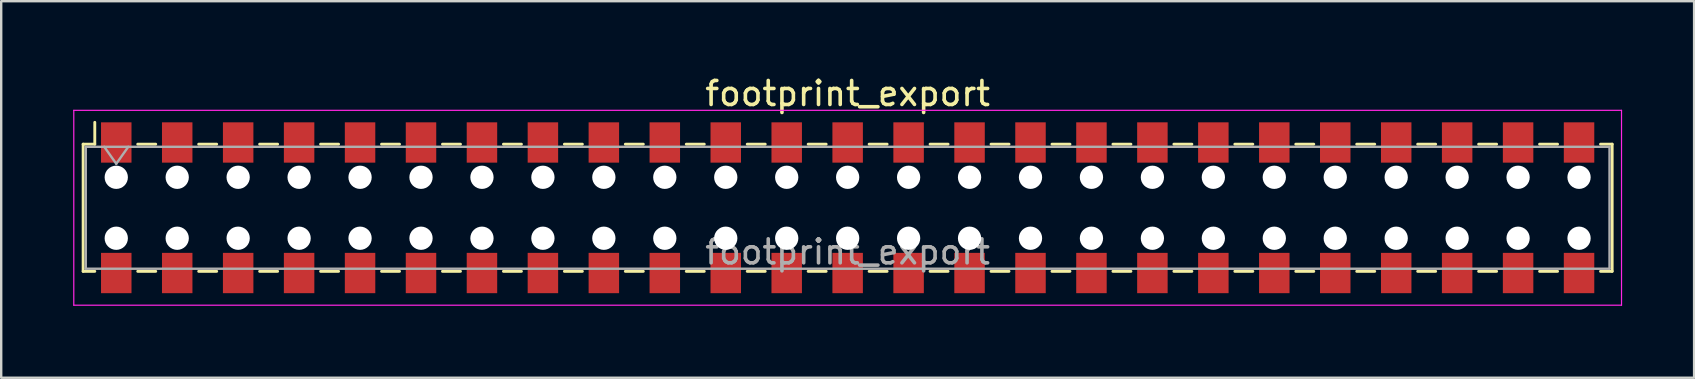
<source format=kicad_pcb>
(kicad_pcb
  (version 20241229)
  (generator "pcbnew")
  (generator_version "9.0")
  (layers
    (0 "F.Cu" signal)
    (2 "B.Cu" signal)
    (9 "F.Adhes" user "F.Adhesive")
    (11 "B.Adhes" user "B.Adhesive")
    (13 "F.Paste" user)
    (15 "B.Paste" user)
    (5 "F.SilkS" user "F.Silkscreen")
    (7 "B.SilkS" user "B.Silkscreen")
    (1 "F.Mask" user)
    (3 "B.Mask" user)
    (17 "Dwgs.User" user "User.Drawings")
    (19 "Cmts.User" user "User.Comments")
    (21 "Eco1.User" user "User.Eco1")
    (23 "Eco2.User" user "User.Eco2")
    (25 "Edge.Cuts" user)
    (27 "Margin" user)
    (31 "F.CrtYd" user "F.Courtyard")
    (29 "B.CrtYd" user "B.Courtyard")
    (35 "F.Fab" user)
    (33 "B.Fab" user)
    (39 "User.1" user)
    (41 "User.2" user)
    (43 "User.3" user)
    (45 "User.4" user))
  (footprint "footprint_export"
    (layer "F.Cu")
    (at 32.275 5.608)
    (property "Reference" "footprint_export" (at 0 -4.76 0) (layer "F.SilkS") (effects (font (size 1 1) (thickness 0.15))))
    (attr smd)
    (fp_line (start -31.86 -2.65) (end -31.86 2.65) (stroke (width 0.12) (type solid)) (layer "F.SilkS"))
    (fp_line (start -31.86 2.65) (end -31.375 2.65) (stroke (width 0.12) (type solid)) (layer "F.SilkS"))
    (fp_line (start -31.375 -3.56) (end -31.375 -2.65) (stroke (width 0.12) (type solid)) (layer "F.SilkS"))
    (fp_line (start -31.375 -2.65) (end -31.86 -2.65) (stroke (width 0.12) (type solid)) (layer "F.SilkS"))
    (fp_line (start -29.585 -2.65) (end -28.835 -2.65) (stroke (width 0.12) (type solid)) (layer "F.SilkS"))
    (fp_line (start -29.585 2.65) (end -28.835 2.65) (stroke (width 0.12) (type solid)) (layer "F.SilkS"))
    (fp_line (start -27.045 -2.65) (end -26.295 -2.65) (stroke (width 0.12) (type solid)) (layer "F.SilkS"))
    (fp_line (start -27.045 2.65) (end -26.295 2.65) (stroke (width 0.12) (type solid)) (layer "F.SilkS"))
    (fp_line (start -24.505 -2.65) (end -23.755 -2.65) (stroke (width 0.12) (type solid)) (layer "F.SilkS"))
    (fp_line (start -24.505 2.65) (end -23.755 2.65) (stroke (width 0.12) (type solid)) (layer "F.SilkS"))
    (fp_line (start -21.965 -2.65) (end -21.215 -2.65) (stroke (width 0.12) (type solid)) (layer "F.SilkS"))
    (fp_line (start -21.965 2.65) (end -21.215 2.65) (stroke (width 0.12) (type solid)) (layer "F.SilkS"))
    (fp_line (start -19.425 -2.65) (end -18.675 -2.65) (stroke (width 0.12) (type solid)) (layer "F.SilkS"))
    (fp_line (start -19.425 2.65) (end -18.675 2.65) (stroke (width 0.12) (type solid)) (layer "F.SilkS"))
    (fp_line (start -16.885 -2.65) (end -16.135 -2.65) (stroke (width 0.12) (type solid)) (layer "F.SilkS"))
    (fp_line (start -16.885 2.65) (end -16.135 2.65) (stroke (width 0.12) (type solid)) (layer "F.SilkS"))
    (fp_line (start -14.345 -2.65) (end -13.595 -2.65) (stroke (width 0.12) (type solid)) (layer "F.SilkS"))
    (fp_line (start -14.345 2.65) (end -13.595 2.65) (stroke (width 0.12) (type solid)) (layer "F.SilkS"))
    (fp_line (start -11.805 -2.65) (end -11.055 -2.65) (stroke (width 0.12) (type solid)) (layer "F.SilkS"))
    (fp_line (start -11.805 2.65) (end -11.055 2.65) (stroke (width 0.12) (type solid)) (layer "F.SilkS"))
    (fp_line (start -9.265 -2.65) (end -8.515 -2.65) (stroke (width 0.12) (type solid)) (layer "F.SilkS"))
    (fp_line (start -9.265 2.65) (end -8.515 2.65) (stroke (width 0.12) (type solid)) (layer "F.SilkS"))
    (fp_line (start -6.725 -2.65) (end -5.975 -2.65) (stroke (width 0.12) (type solid)) (layer "F.SilkS"))
    (fp_line (start -6.725 2.65) (end -5.975 2.65) (stroke (width 0.12) (type solid)) (layer "F.SilkS"))
    (fp_line (start -4.185 -2.65) (end -3.435 -2.65) (stroke (width 0.12) (type solid)) (layer "F.SilkS"))
    (fp_line (start -4.185 2.65) (end -3.435 2.65) (stroke (width 0.12) (type solid)) (layer "F.SilkS"))
    (fp_line (start -1.645 -2.65) (end -0.895 -2.65) (stroke (width 0.12) (type solid)) (layer "F.SilkS"))
    (fp_line (start -1.645 2.65) (end -0.895 2.65) (stroke (width 0.12) (type solid)) (layer "F.SilkS"))
    (fp_line (start 0.895 -2.65) (end 1.645 -2.65) (stroke (width 0.12) (type solid)) (layer "F.SilkS"))
    (fp_line (start 0.895 2.65) (end 1.645 2.65) (stroke (width 0.12) (type solid)) (layer "F.SilkS"))
    (fp_line (start 3.435 -2.65) (end 4.185 -2.65) (stroke (width 0.12) (type solid)) (layer "F.SilkS"))
    (fp_line (start 3.435 2.65) (end 4.185 2.65) (stroke (width 0.12) (type solid)) (layer "F.SilkS"))
    (fp_line (start 5.975 -2.65) (end 6.725 -2.65) (stroke (width 0.12) (type solid)) (layer "F.SilkS"))
    (fp_line (start 5.975 2.65) (end 6.725 2.65) (stroke (width 0.12) (type solid)) (layer "F.SilkS"))
    (fp_line (start 8.515 -2.65) (end 9.265 -2.65) (stroke (width 0.12) (type solid)) (layer "F.SilkS"))
    (fp_line (start 8.515 2.65) (end 9.265 2.65) (stroke (width 0.12) (type solid)) (layer "F.SilkS"))
    (fp_line (start 11.055 -2.65) (end 11.805 -2.65) (stroke (width 0.12) (type solid)) (layer "F.SilkS"))
    (fp_line (start 11.055 2.65) (end 11.805 2.65) (stroke (width 0.12) (type solid)) (layer "F.SilkS"))
    (fp_line (start 13.595 -2.65) (end 14.345 -2.65) (stroke (width 0.12) (type solid)) (layer "F.SilkS"))
    (fp_line (start 13.595 2.65) (end 14.345 2.65) (stroke (width 0.12) (type solid)) (layer "F.SilkS"))
    (fp_line (start 16.135 -2.65) (end 16.885 -2.65) (stroke (width 0.12) (type solid)) (layer "F.SilkS"))
    (fp_line (start 16.135 2.65) (end 16.885 2.65) (stroke (width 0.12) (type solid)) (layer "F.SilkS"))
    (fp_line (start 18.675 -2.65) (end 19.425 -2.65) (stroke (width 0.12) (type solid)) (layer "F.SilkS"))
    (fp_line (start 18.675 2.65) (end 19.425 2.65) (stroke (width 0.12) (type solid)) (layer "F.SilkS"))
    (fp_line (start 21.215 -2.65) (end 21.965 -2.65) (stroke (width 0.12) (type solid)) (layer "F.SilkS"))
    (fp_line (start 21.215 2.65) (end 21.965 2.65) (stroke (width 0.12) (type solid)) (layer "F.SilkS"))
    (fp_line (start 23.755 -2.65) (end 24.505 -2.65) (stroke (width 0.12) (type solid)) (layer "F.SilkS"))
    (fp_line (start 23.755 2.65) (end 24.505 2.65) (stroke (width 0.12) (type solid)) (layer "F.SilkS"))
    (fp_line (start 26.295 -2.65) (end 27.045 -2.65) (stroke (width 0.12) (type solid)) (layer "F.SilkS"))
    (fp_line (start 26.295 2.65) (end 27.045 2.65) (stroke (width 0.12) (type solid)) (layer "F.SilkS"))
    (fp_line (start 28.835 -2.65) (end 29.585 -2.65) (stroke (width 0.12) (type solid)) (layer "F.SilkS"))
    (fp_line (start 28.835 2.65) (end 29.585 2.65) (stroke (width 0.12) (type solid)) (layer "F.SilkS"))
    (fp_line (start 31.375 -2.65) (end 31.86 -2.65) (stroke (width 0.12) (type solid)) (layer "F.SilkS"))
    (fp_line (start 31.86 -2.65) (end 31.86 2.65) (stroke (width 0.12) (type solid)) (layer "F.SilkS"))
    (fp_line (start 31.86 2.65) (end 31.375 2.65) (stroke (width 0.12) (type solid)) (layer "F.SilkS"))
    (fp_line (start -32.25 -4.06) (end 32.25 -4.06) (stroke (width 0.05) (type solid)) (layer "F.CrtYd"))
    (fp_line (start -32.25 4.06) (end -32.25 -4.06) (stroke (width 0.05) (type solid)) (layer "F.CrtYd"))
    (fp_line (start 32.25 -4.06) (end 32.25 4.06) (stroke (width 0.05) (type solid)) (layer "F.CrtYd"))
    (fp_line (start 32.25 4.06) (end -32.25 4.06) (stroke (width 0.05) (type solid)) (layer "F.CrtYd"))
    (fp_line (start -31.75 -2.54) (end 31.75 -2.54) (stroke (width 0.1) (type solid)) (layer "F.Fab"))
    (fp_line (start -31.75 2.54) (end -31.75 -2.54) (stroke (width 0.1) (type solid)) (layer "F.Fab"))
    (fp_line (start -30.98 -2.54) (end -30.48 -1.833) (stroke (width 0.1) (type solid)) (layer "F.Fab"))
    (fp_line (start -30.48 -1.833) (end -29.98 -2.54) (stroke (width 0.1) (type solid)) (layer "F.Fab"))
    (fp_line (start 31.75 -2.54) (end 31.75 2.54) (stroke (width 0.1) (type solid)) (layer "F.Fab"))
    (fp_line (start 31.75 2.54) (end -31.75 2.54) (stroke (width 0.1) (type solid)) (layer "F.Fab"))
    (fp_text user "${REFERENCE}" (at 0 1.84 0) (layer "F.Fab") (effects (font (size 1 1) (thickness 0.15))))
    (pad "" np_thru_hole circle (at -30.48 -1.27) (size 0.97 0.97) (drill 0.97) (layers "*.Cu" "*.Mask"))
    (pad "" np_thru_hole circle (at -30.48 1.27) (size 0.97 0.97) (drill 0.97) (layers "*.Cu" "*.Mask"))
    (pad "" np_thru_hole circle (at -27.94 -1.27) (size 0.97 0.97) (drill 0.97) (layers "*.Cu" "*.Mask"))
    (pad "" np_thru_hole circle (at -27.94 1.27) (size 0.97 0.97) (drill 0.97) (layers "*.Cu" "*.Mask"))
    (pad "" np_thru_hole circle (at -25.4 -1.27) (size 0.97 0.97) (drill 0.97) (layers "*.Cu" "*.Mask"))
    (pad "" np_thru_hole circle (at -25.4 1.27) (size 0.97 0.97) (drill 0.97) (layers "*.Cu" "*.Mask"))
    (pad "" np_thru_hole circle (at -22.86 -1.27) (size 0.97 0.97) (drill 0.97) (layers "*.Cu" "*.Mask"))
    (pad "" np_thru_hole circle (at -22.86 1.27) (size 0.97 0.97) (drill 0.97) (layers "*.Cu" "*.Mask"))
    (pad "" np_thru_hole circle (at -20.32 -1.27) (size 0.97 0.97) (drill 0.97) (layers "*.Cu" "*.Mask"))
    (pad "" np_thru_hole circle (at -20.32 1.27) (size 0.97 0.97) (drill 0.97) (layers "*.Cu" "*.Mask"))
    (pad "" np_thru_hole circle (at -17.78 -1.27) (size 0.97 0.97) (drill 0.97) (layers "*.Cu" "*.Mask"))
    (pad "" np_thru_hole circle (at -17.78 1.27) (size 0.97 0.97) (drill 0.97) (layers "*.Cu" "*.Mask"))
    (pad "" np_thru_hole circle (at -15.24 -1.27) (size 0.97 0.97) (drill 0.97) (layers "*.Cu" "*.Mask"))
    (pad "" np_thru_hole circle (at -15.24 1.27) (size 0.97 0.97) (drill 0.97) (layers "*.Cu" "*.Mask"))
    (pad "" np_thru_hole circle (at -12.7 -1.27) (size 0.97 0.97) (drill 0.97) (layers "*.Cu" "*.Mask"))
    (pad "" np_thru_hole circle (at -12.7 1.27) (size 0.97 0.97) (drill 0.97) (layers "*.Cu" "*.Mask"))
    (pad "" np_thru_hole circle (at -10.16 -1.27) (size 0.97 0.97) (drill 0.97) (layers "*.Cu" "*.Mask"))
    (pad "" np_thru_hole circle (at -10.16 1.27) (size 0.97 0.97) (drill 0.97) (layers "*.Cu" "*.Mask"))
    (pad "" np_thru_hole circle (at -7.62 -1.27) (size 0.97 0.97) (drill 0.97) (layers "*.Cu" "*.Mask"))
    (pad "" np_thru_hole circle (at -7.62 1.27) (size 0.97 0.97) (drill 0.97) (layers "*.Cu" "*.Mask"))
    (pad "" np_thru_hole circle (at -5.08 -1.27) (size 0.97 0.97) (drill 0.97) (layers "*.Cu" "*.Mask"))
    (pad "" np_thru_hole circle (at -5.08 1.27) (size 0.97 0.97) (drill 0.97) (layers "*.Cu" "*.Mask"))
    (pad "" np_thru_hole circle (at -2.54 -1.27) (size 0.97 0.97) (drill 0.97) (layers "*.Cu" "*.Mask"))
    (pad "" np_thru_hole circle (at -2.54 1.27) (size 0.97 0.97) (drill 0.97) (layers "*.Cu" "*.Mask"))
    (pad "" np_thru_hole circle (at 0 -1.27) (size 0.97 0.97) (drill 0.97) (layers "*.Cu" "*.Mask"))
    (pad "" np_thru_hole circle (at 0 1.27) (size 0.97 0.97) (drill 0.97) (layers "*.Cu" "*.Mask"))
    (pad "" np_thru_hole circle (at 2.54 -1.27) (size 0.97 0.97) (drill 0.97) (layers "*.Cu" "*.Mask"))
    (pad "" np_thru_hole circle (at 2.54 1.27) (size 0.97 0.97) (drill 0.97) (layers "*.Cu" "*.Mask"))
    (pad "" np_thru_hole circle (at 5.08 -1.27) (size 0.97 0.97) (drill 0.97) (layers "*.Cu" "*.Mask"))
    (pad "" np_thru_hole circle (at 5.08 1.27) (size 0.97 0.97) (drill 0.97) (layers "*.Cu" "*.Mask"))
    (pad "" np_thru_hole circle (at 7.62 -1.27) (size 0.97 0.97) (drill 0.97) (layers "*.Cu" "*.Mask"))
    (pad "" np_thru_hole circle (at 7.62 1.27) (size 0.97 0.97) (drill 0.97) (layers "*.Cu" "*.Mask"))
    (pad "" np_thru_hole circle (at 10.16 -1.27) (size 0.97 0.97) (drill 0.97) (layers "*.Cu" "*.Mask"))
    (pad "" np_thru_hole circle (at 10.16 1.27) (size 0.97 0.97) (drill 0.97) (layers "*.Cu" "*.Mask"))
    (pad "" np_thru_hole circle (at 12.7 -1.27) (size 0.97 0.97) (drill 0.97) (layers "*.Cu" "*.Mask"))
    (pad "" np_thru_hole circle (at 12.7 1.27) (size 0.97 0.97) (drill 0.97) (layers "*.Cu" "*.Mask"))
    (pad "" np_thru_hole circle (at 15.24 -1.27) (size 0.97 0.97) (drill 0.97) (layers "*.Cu" "*.Mask"))
    (pad "" np_thru_hole circle (at 15.24 1.27) (size 0.97 0.97) (drill 0.97) (layers "*.Cu" "*.Mask"))
    (pad "" np_thru_hole circle (at 17.78 -1.27) (size 0.97 0.97) (drill 0.97) (layers "*.Cu" "*.Mask"))
    (pad "" np_thru_hole circle (at 17.78 1.27) (size 0.97 0.97) (drill 0.97) (layers "*.Cu" "*.Mask"))
    (pad "" np_thru_hole circle (at 20.32 -1.27) (size 0.97 0.97) (drill 0.97) (layers "*.Cu" "*.Mask"))
    (pad "" np_thru_hole circle (at 20.32 1.27) (size 0.97 0.97) (drill 0.97) (layers "*.Cu" "*.Mask"))
    (pad "" np_thru_hole circle (at 22.86 -1.27) (size 0.97 0.97) (drill 0.97) (layers "*.Cu" "*.Mask"))
    (pad "" np_thru_hole circle (at 22.86 1.27) (size 0.97 0.97) (drill 0.97) (layers "*.Cu" "*.Mask"))
    (pad "" np_thru_hole circle (at 25.4 -1.27) (size 0.97 0.97) (drill 0.97) (layers "*.Cu" "*.Mask"))
    (pad "" np_thru_hole circle (at 25.4 1.27) (size 0.97 0.97) (drill 0.97) (layers "*.Cu" "*.Mask"))
    (pad "" np_thru_hole circle (at 27.94 -1.27) (size 0.97 0.97) (drill 0.97) (layers "*.Cu" "*.Mask"))
    (pad "" np_thru_hole circle (at 27.94 1.27) (size 0.97 0.97) (drill 0.97) (layers "*.Cu" "*.Mask"))
    (pad "" np_thru_hole circle (at 30.48 -1.27) (size 0.97 0.97) (drill 0.97) (layers "*.Cu" "*.Mask"))
    (pad "" np_thru_hole circle (at 30.48 1.27) (size 0.97 0.97) (drill 0.97) (layers "*.Cu" "*.Mask"))
    (pad "1" smd rect (at -30.48 -2.72) (size 1.27 1.68) (layers "F.Cu" "F.Mask" "F.Paste"))
    (pad "2" smd rect (at -30.48 2.72) (size 1.27 1.68) (layers "F.Cu" "F.Mask" "F.Paste"))
    (pad "3" smd rect (at -27.94 -2.72) (size 1.27 1.68) (layers "F.Cu" "F.Mask" "F.Paste"))
    (pad "4" smd rect (at -27.94 2.72) (size 1.27 1.68) (layers "F.Cu" "F.Mask" "F.Paste"))
    (pad "5" smd rect (at -25.4 -2.72) (size 1.27 1.68) (layers "F.Cu" "F.Mask" "F.Paste"))
    (pad "6" smd rect (at -25.4 2.72) (size 1.27 1.68) (layers "F.Cu" "F.Mask" "F.Paste"))
    (pad "7" smd rect (at -22.86 -2.72) (size 1.27 1.68) (layers "F.Cu" "F.Mask" "F.Paste"))
    (pad "8" smd rect (at -22.86 2.72) (size 1.27 1.68) (layers "F.Cu" "F.Mask" "F.Paste"))
    (pad "9" smd rect (at -20.32 -2.72) (size 1.27 1.68) (layers "F.Cu" "F.Mask" "F.Paste"))
    (pad "10" smd rect (at -20.32 2.72) (size 1.27 1.68) (layers "F.Cu" "F.Mask" "F.Paste"))
    (pad "11" smd rect (at -17.78 -2.72) (size 1.27 1.68) (layers "F.Cu" "F.Mask" "F.Paste"))
    (pad "12" smd rect (at -17.78 2.72) (size 1.27 1.68) (layers "F.Cu" "F.Mask" "F.Paste"))
    (pad "13" smd rect (at -15.24 -2.72) (size 1.27 1.68) (layers "F.Cu" "F.Mask" "F.Paste"))
    (pad "14" smd rect (at -15.24 2.72) (size 1.27 1.68) (layers "F.Cu" "F.Mask" "F.Paste"))
    (pad "15" smd rect (at -12.7 -2.72) (size 1.27 1.68) (layers "F.Cu" "F.Mask" "F.Paste"))
    (pad "16" smd rect (at -12.7 2.72) (size 1.27 1.68) (layers "F.Cu" "F.Mask" "F.Paste"))
    (pad "17" smd rect (at -10.16 -2.72) (size 1.27 1.68) (layers "F.Cu" "F.Mask" "F.Paste"))
    (pad "18" smd rect (at -10.16 2.72) (size 1.27 1.68) (layers "F.Cu" "F.Mask" "F.Paste"))
    (pad "19" smd rect (at -7.62 -2.72) (size 1.27 1.68) (layers "F.Cu" "F.Mask" "F.Paste"))
    (pad "20" smd rect (at -7.62 2.72) (size 1.27 1.68) (layers "F.Cu" "F.Mask" "F.Paste"))
    (pad "21" smd rect (at -5.08 -2.72) (size 1.27 1.68) (layers "F.Cu" "F.Mask" "F.Paste"))
    (pad "22" smd rect (at -5.08 2.72) (size 1.27 1.68) (layers "F.Cu" "F.Mask" "F.Paste"))
    (pad "23" smd rect (at -2.54 -2.72) (size 1.27 1.68) (layers "F.Cu" "F.Mask" "F.Paste"))
    (pad "24" smd rect (at -2.54 2.72) (size 1.27 1.68) (layers "F.Cu" "F.Mask" "F.Paste"))
    (pad "25" smd rect (at 0 -2.72) (size 1.27 1.68) (layers "F.Cu" "F.Mask" "F.Paste"))
    (pad "26" smd rect (at 0 2.72) (size 1.27 1.68) (layers "F.Cu" "F.Mask" "F.Paste"))
    (pad "27" smd rect (at 2.54 -2.72) (size 1.27 1.68) (layers "F.Cu" "F.Mask" "F.Paste"))
    (pad "28" smd rect (at 2.54 2.72) (size 1.27 1.68) (layers "F.Cu" "F.Mask" "F.Paste"))
    (pad "29" smd rect (at 5.08 -2.72) (size 1.27 1.68) (layers "F.Cu" "F.Mask" "F.Paste"))
    (pad "30" smd rect (at 5.08 2.72) (size 1.27 1.68) (layers "F.Cu" "F.Mask" "F.Paste"))
    (pad "31" smd rect (at 7.62 -2.72) (size 1.27 1.68) (layers "F.Cu" "F.Mask" "F.Paste"))
    (pad "32" smd rect (at 7.62 2.72) (size 1.27 1.68) (layers "F.Cu" "F.Mask" "F.Paste"))
    (pad "33" smd rect (at 10.16 -2.72) (size 1.27 1.68) (layers "F.Cu" "F.Mask" "F.Paste"))
    (pad "34" smd rect (at 10.16 2.72) (size 1.27 1.68) (layers "F.Cu" "F.Mask" "F.Paste"))
    (pad "35" smd rect (at 12.7 -2.72) (size 1.27 1.68) (layers "F.Cu" "F.Mask" "F.Paste"))
    (pad "36" smd rect (at 12.7 2.72) (size 1.27 1.68) (layers "F.Cu" "F.Mask" "F.Paste"))
    (pad "37" smd rect (at 15.24 -2.72) (size 1.27 1.68) (layers "F.Cu" "F.Mask" "F.Paste"))
    (pad "38" smd rect (at 15.24 2.72) (size 1.27 1.68) (layers "F.Cu" "F.Mask" "F.Paste"))
    (pad "39" smd rect (at 17.78 -2.72) (size 1.27 1.68) (layers "F.Cu" "F.Mask" "F.Paste"))
    (pad "40" smd rect (at 17.78 2.72) (size 1.27 1.68) (layers "F.Cu" "F.Mask" "F.Paste"))
    (pad "41" smd rect (at 20.32 -2.72) (size 1.27 1.68) (layers "F.Cu" "F.Mask" "F.Paste"))
    (pad "42" smd rect (at 20.32 2.72) (size 1.27 1.68) (layers "F.Cu" "F.Mask" "F.Paste"))
    (pad "43" smd rect (at 22.86 -2.72) (size 1.27 1.68) (layers "F.Cu" "F.Mask" "F.Paste"))
    (pad "44" smd rect (at 22.86 2.72) (size 1.27 1.68) (layers "F.Cu" "F.Mask" "F.Paste"))
    (pad "45" smd rect (at 25.4 -2.72) (size 1.27 1.68) (layers "F.Cu" "F.Mask" "F.Paste"))
    (pad "46" smd rect (at 25.4 2.72) (size 1.27 1.68) (layers "F.Cu" "F.Mask" "F.Paste"))
    (pad "47" smd rect (at 27.94 -2.72) (size 1.27 1.68) (layers "F.Cu" "F.Mask" "F.Paste"))
    (pad "48" smd rect (at 27.94 2.72) (size 1.27 1.68) (layers "F.Cu" "F.Mask" "F.Paste"))
    (pad "49" smd rect (at 30.48 -2.72) (size 1.27 1.68) (layers "F.Cu" "F.Mask" "F.Paste"))
    (pad "50" smd rect (at 30.48 2.72) (size 1.27 1.68) (layers "F.Cu" "F.Mask" "F.Paste")))
  (gr_rect
    (start -3 -3)
    (end 67.55 12.693)
    (stroke (width 0.1) (type default))
    (fill no)
    (layer "Edge.Cuts")))
</source>
